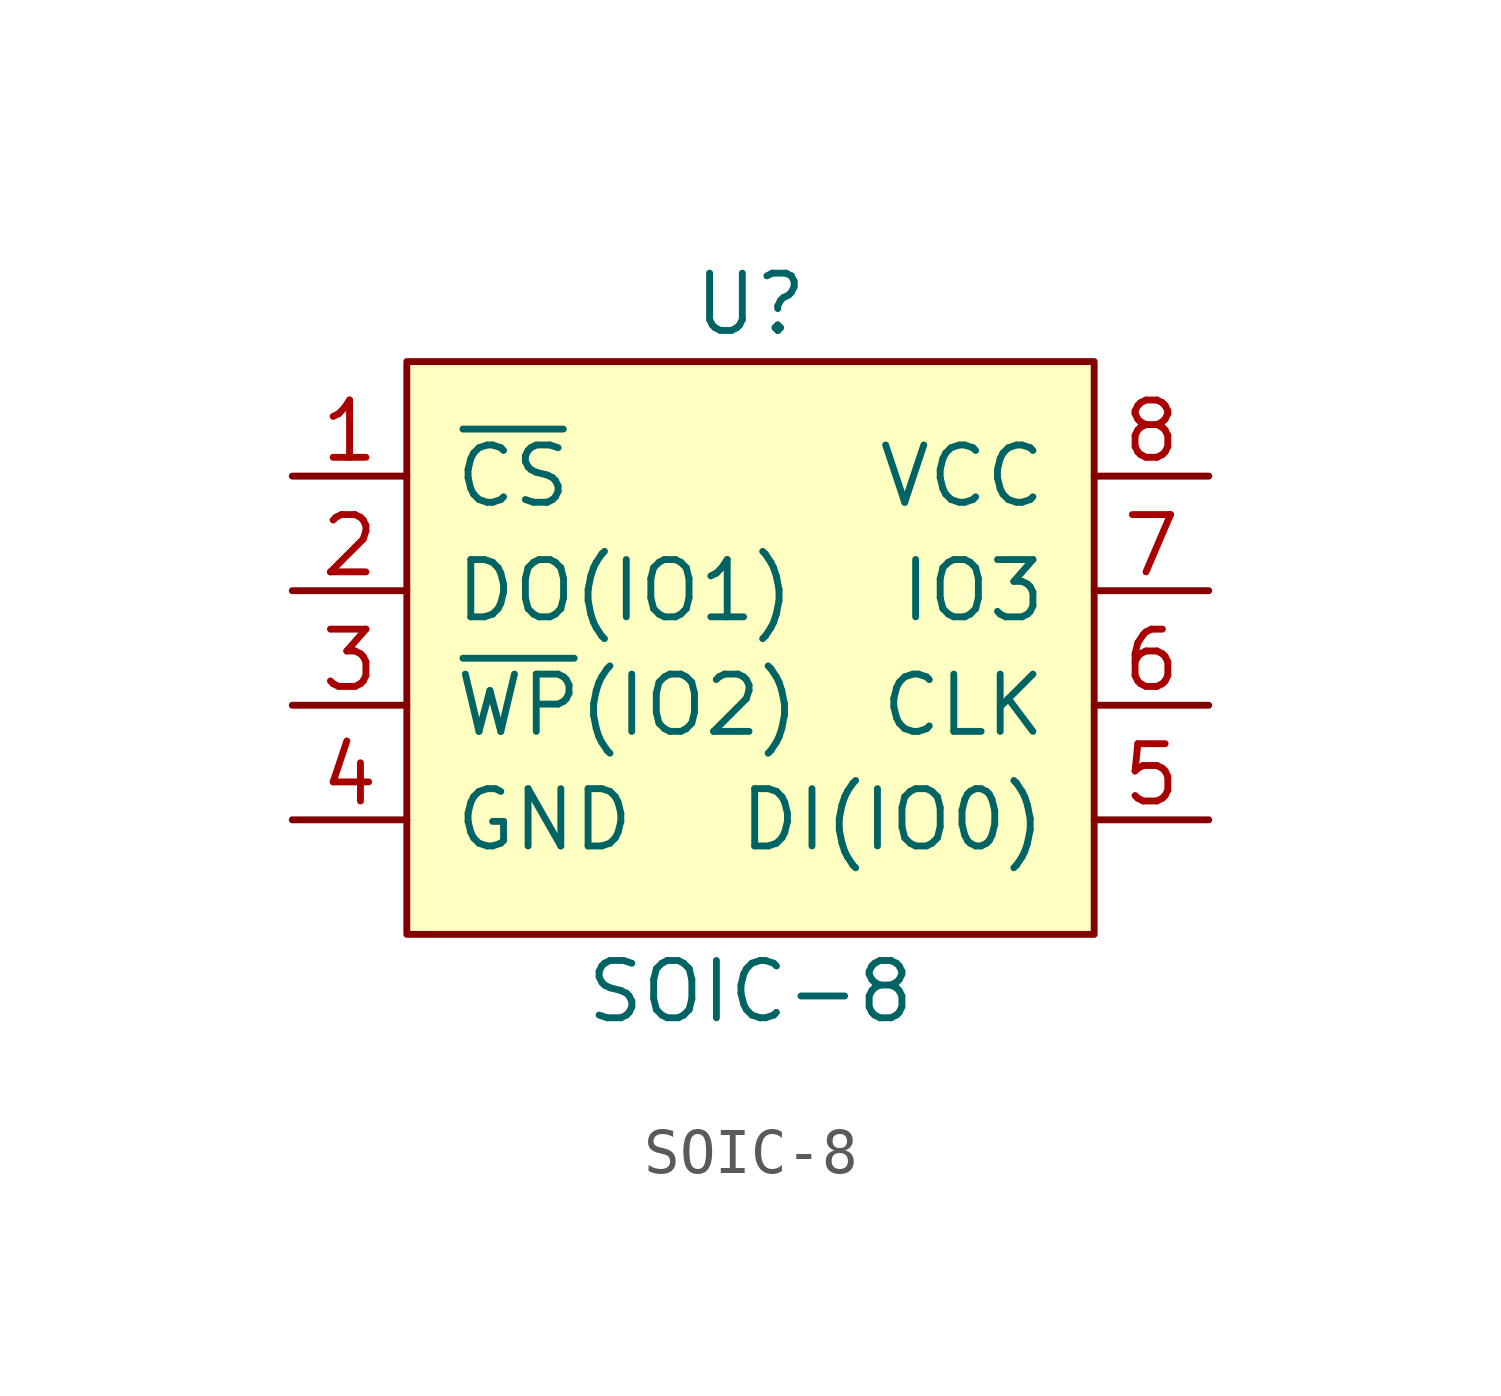
<source format=kicad_sym>
(kicad_symbol_lib
  (version 20211014)
  (generator kicad_symbol_editor)
  (symbol "SOIC-8"
    (pin_names
      (offset 1.016))
    (property "Reference" "U"
      (at 0 7.62 0)
      (effects (font (size 1.27 1.27))))
    (property "Value" "SOIC-8"
      (at 0 -7.62 0)
      (effects (font (size 1.27 1.27))))
    (symbol "SOIC-8_0_1"
      (rectangle (start -7.62 6.35) (end 7.62 -6.35) (stroke (width 0) (type default) (color 0 0 0 0)) (fill (type background))))
    (symbol "SOIC-8_1_1"
      (pin input line (at -10.16 3.81 0) (length 2.54) (name "~{CS}" (effects (font (size 1.27 1.27)))) (number "1" (effects (font (size 1.27 1.27)))))
      (pin bidirectional line (at -10.16 1.27 0) (length 2.54) (name "DO(IO1)" (effects (font (size 1.27 1.27)))) (number "2" (effects (font (size 1.27 1.27)))))
      (pin bidirectional line (at -10.16 -1.27 0) (length 2.54) (name "~{WP}(IO2)" (effects (font (size 1.27 1.27)))) (number "3" (effects (font (size 1.27 1.27)))))
      (pin power_in line (at -10.16 -3.81 0) (length 2.54) (name "GND" (effects (font (size 1.27 1.27)))) (number "4" (effects (font (size 1.27 1.27)))))
      (pin bidirectional line (at 10.16 -3.81 180) (length 2.54) (name "DI(IO0)" (effects (font (size 1.27 1.27)))) (number "5" (effects (font (size 1.27 1.27)))))
      (pin input line (at 10.16 -1.27 180) (length 2.54) (name "CLK" (effects (font (size 1.27 1.27)))) (number "6" (effects (font (size 1.27 1.27)))))
      (pin bidirectional line (at 10.16 1.27 180) (length 2.54) (name "IO3" (effects (font (size 1.27 1.27)))) (number "7" (effects (font (size 1.27 1.27)))))
      (pin power_in line (at 10.16 3.81 180) (length 2.54) (name "VCC" (effects (font (size 1.27 1.27)))) (number "8" (effects (font (size 1.27 1.27))))))))
</source>
